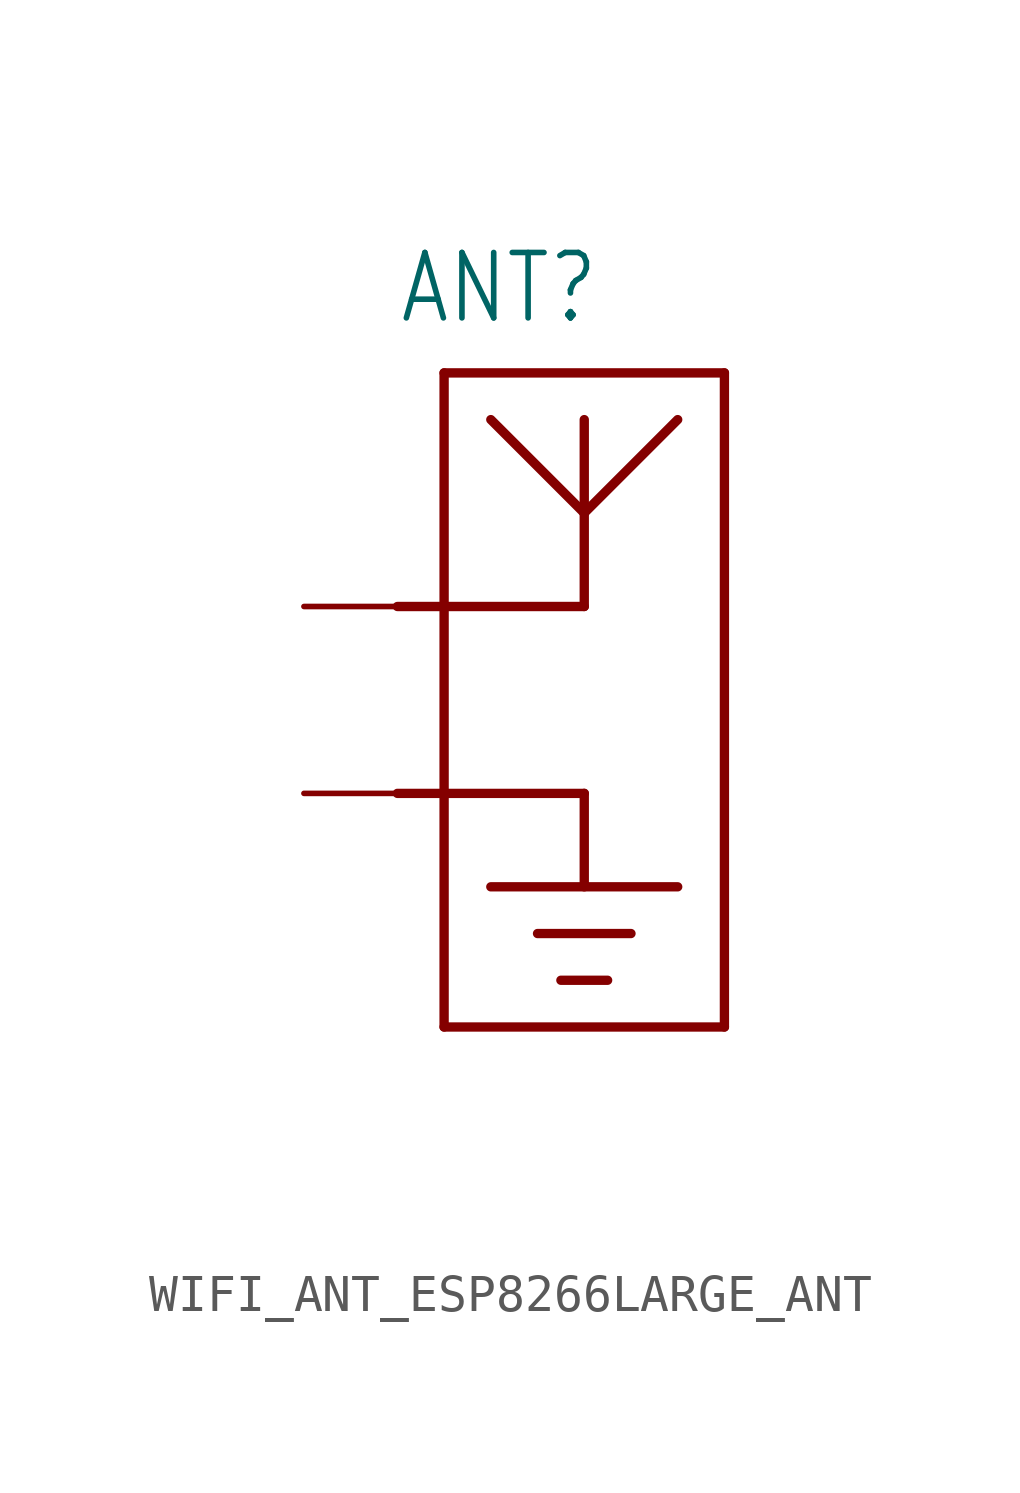
<source format=kicad_sym>
(kicad_symbol_lib
  (version 20231120)
  (generator "kicad_symbol_editor")
  (generator_version "8.99")
  (symbol "WIFI_ANT_ESP8266LARGE_ANT"
    (property "Reference" "ANT"
      (at -5.08 10.16 0)
      (effects (font (size 1.778 1.511)) (justify left bottom)))
    (property "Value" ""
      (at -5.08 -12.7 0)
      (effects (font (size 1.778 1.511)) (justify left bottom)))
    (property "ki_locked" ""
      (at 0 0 0)
      (effects (font (size 1.27 1.27))))
    (symbol "WIFI_ANT_ESP8266LARGE_ANT_1_0"
      (polyline (pts (xy -5.08 -2.54) (xy 0 -2.54)) (stroke (width 0.254) (type solid)) (fill (type none)))
      (polyline (pts (xy -3.81 -8.89) (xy 3.81 -8.89)) (stroke (width 0.254) (type solid)) (fill (type none)))
      (polyline (pts (xy -3.81 8.89) (xy -3.81 -8.89)) (stroke (width 0.254) (type solid)) (fill (type none)))
      (polyline (pts (xy -2.54 -5.08) (xy 2.54 -5.08)) (stroke (width 0.254) (type solid)) (fill (type none)))
      (polyline (pts (xy -1.27 -6.35) (xy 1.27 -6.35)) (stroke (width 0.254) (type solid)) (fill (type none)))
      (polyline (pts (xy -0.635 -7.62) (xy 0.635 -7.62)) (stroke (width 0.254) (type solid)) (fill (type none)))
      (polyline (pts (xy 0 -2.54) (xy 0 -5.08)) (stroke (width 0.254) (type solid)) (fill (type none)))
      (polyline (pts (xy 0 2.54) (xy -5.08 2.54)) (stroke (width 0.254) (type solid)) (fill (type none)))
      (polyline (pts (xy 0 5.08) (xy -2.54 7.62)) (stroke (width 0.254) (type solid)) (fill (type none)))
      (polyline (pts (xy 0 5.08) (xy 0 2.54)) (stroke (width 0.254) (type solid)) (fill (type none)))
      (polyline (pts (xy 0 5.08) (xy 0 7.62)) (stroke (width 0.254) (type solid)) (fill (type none)))
      (polyline (pts (xy 0 5.08) (xy 2.54 7.62)) (stroke (width 0.254) (type solid)) (fill (type none)))
      (polyline (pts (xy 3.81 -8.89) (xy 3.81 8.89)) (stroke (width 0.254) (type solid)) (fill (type none)))
      (polyline (pts (xy 3.81 8.89) (xy -3.81 8.89)) (stroke (width 0.254) (type solid)) (fill (type none)))
      (pin input line (at -7.62 -2.54 0) (length 2.54) (name "GND" (effects (font (size 0 0)))) (number "P$1" (effects (font (size 0 0)))))
      (pin input line (at -7.62 2.54 0) (length 2.54) (name "ANT" (effects (font (size 0 0)))) (number "P$2" (effects (font (size 0 0))))))))
</source>
